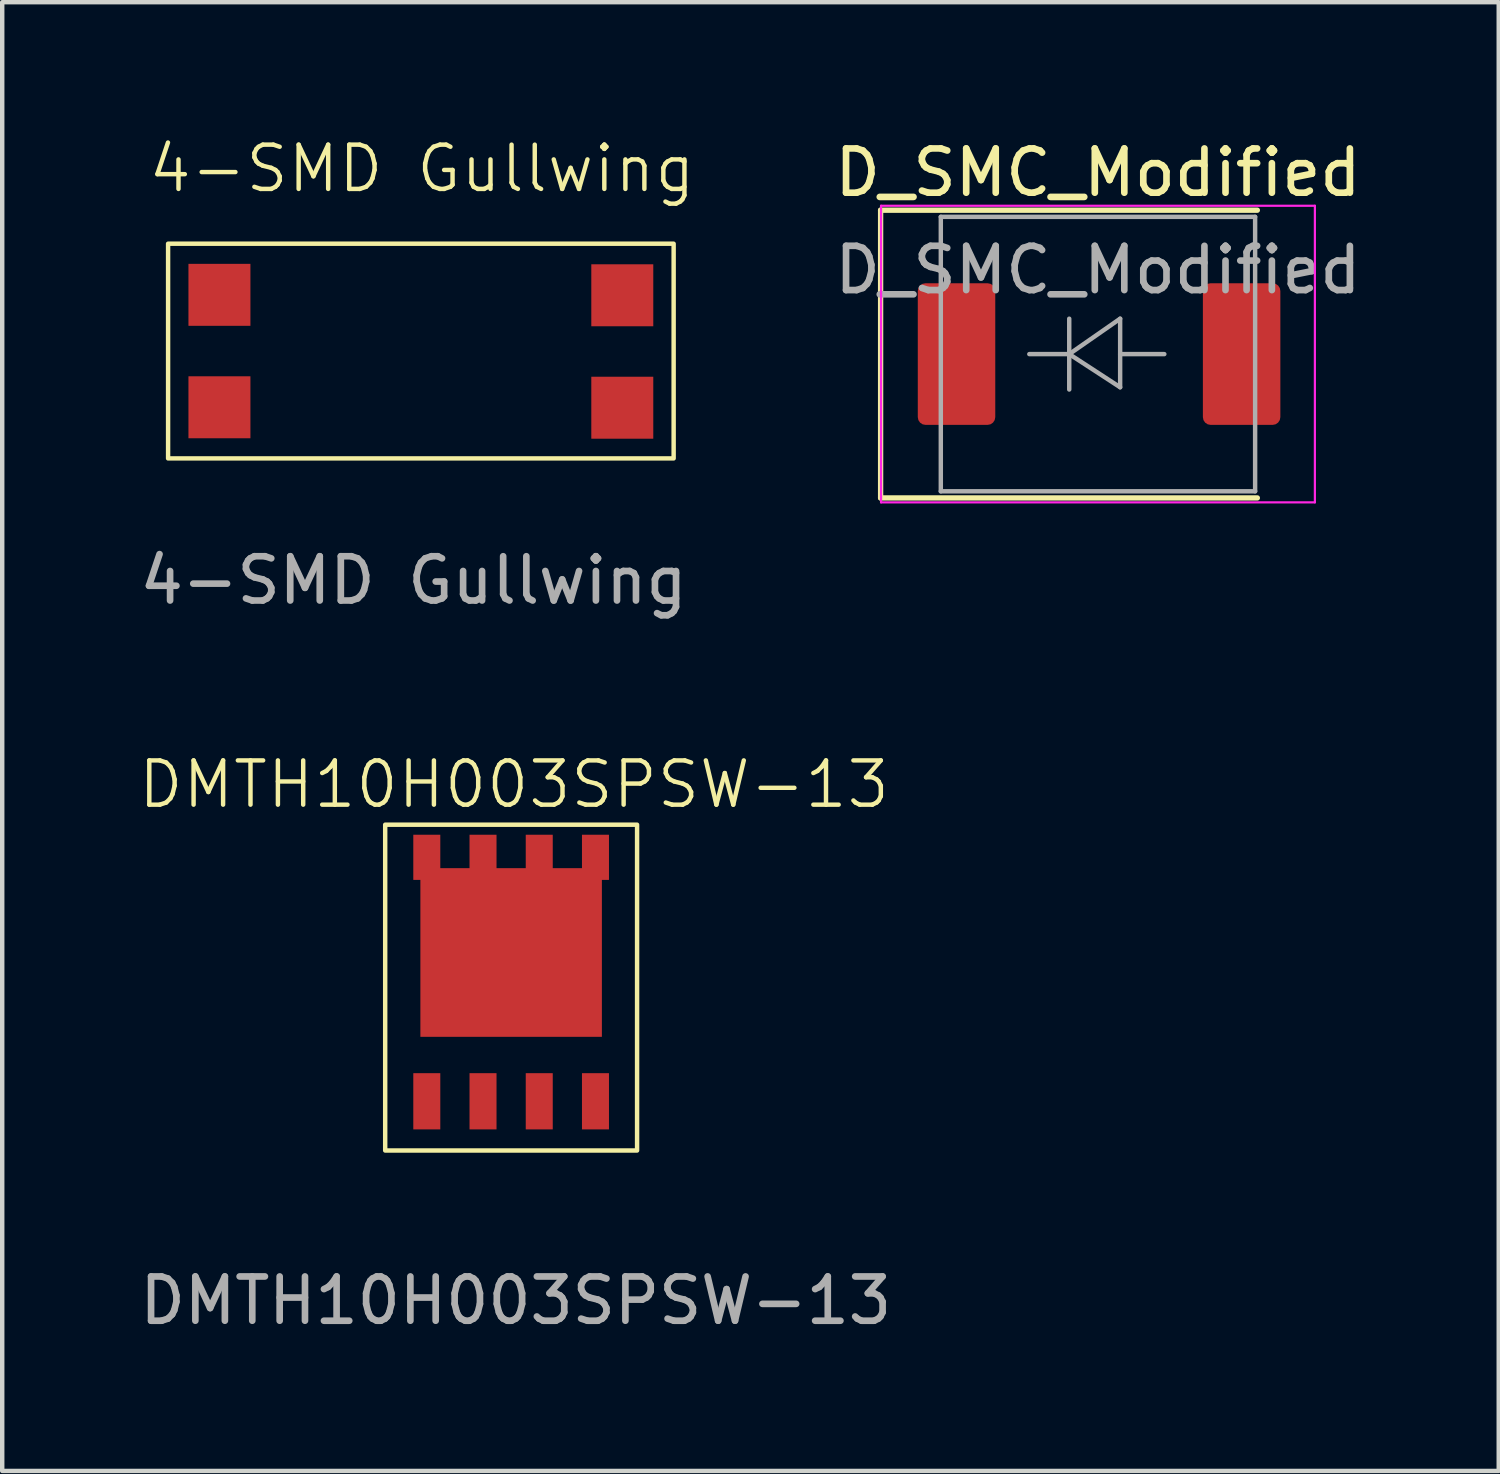
<source format=kicad_pcb>
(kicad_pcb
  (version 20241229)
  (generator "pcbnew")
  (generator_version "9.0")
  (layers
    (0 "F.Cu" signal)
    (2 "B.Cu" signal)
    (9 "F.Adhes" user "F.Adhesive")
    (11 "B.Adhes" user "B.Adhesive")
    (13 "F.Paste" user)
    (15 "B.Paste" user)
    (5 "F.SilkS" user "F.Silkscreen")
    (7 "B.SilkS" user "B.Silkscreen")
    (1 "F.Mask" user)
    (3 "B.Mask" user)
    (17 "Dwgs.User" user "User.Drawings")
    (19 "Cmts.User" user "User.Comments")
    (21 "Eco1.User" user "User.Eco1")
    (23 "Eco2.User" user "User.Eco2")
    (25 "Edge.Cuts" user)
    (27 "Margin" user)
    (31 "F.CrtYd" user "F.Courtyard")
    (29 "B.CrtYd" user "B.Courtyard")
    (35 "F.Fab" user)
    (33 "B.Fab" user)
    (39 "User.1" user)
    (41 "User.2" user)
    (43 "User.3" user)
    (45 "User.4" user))
  (footprint "DMTH10H003SPSW-13"
    (layer "F.Cu")
    (at 8.561 19.079)
    (property "Reference" "DMTH10H003SPSW-13" (at 0 -4.41 0) (unlocked yes) (layer "F.SilkS") (effects (font (size 1 1) (thickness 0.1))))
    (attr smd)
    (fp_rect (start -2.91 -3.5) (end 2.78 3.86) (stroke (width 0.1) (type default)) (fill no) (layer "F.SilkS"))
    (fp_text user "${REFERENCE}" (at 0.04 7.25 0) (unlocked yes) (layer "F.Fab") (effects (font (size 1 1) (thickness 0.15))))
    (pad "1" smd rect (at -1.97 2.748) (size 0.61 1.27) (layers "F.Cu" "F.Mask" "F.Paste"))
    (pad "1" smd rect (at -0.7 2.748) (size 0.61 1.27) (layers "F.Cu" "F.Mask" "F.Paste"))
    (pad "1" smd rect (at 0.57 2.748) (size 0.61 1.27) (layers "F.Cu" "F.Mask" "F.Paste"))
    (pad "2" smd rect (at 1.84 2.748) (size 0.61 1.27) (layers "F.Cu" "F.Mask" "F.Paste"))
    (pad "3" smd rect (at -1.97 -2.763) (size 0.61 1.02) (layers "F.Cu" "F.Mask" "F.Paste"))
    (pad "3" smd rect (at -0.7 -2.763) (size 0.61 1.02) (layers "F.Cu" "F.Mask" "F.Paste"))
    (pad "3" smd rect (at -0.065 -0.613) (size 4.1 3.81) (layers "F.Cu" "F.Mask" "F.Paste"))
    (pad "3" smd rect (at 0.57 -2.763) (size 0.61 1.02) (layers "F.Cu" "F.Mask" "F.Paste"))
    (pad "3" smd rect (at 1.84 -2.763) (size 0.61 1.02) (layers "F.Cu" "F.Mask" "F.Paste")))
  (footprint "4-SMD Gullwing"
    (layer "F.Cu")
    (at 6.492 4.71)
    (property "Reference" "4-SMD Gullwing" (at -0.01 -3.95 0) (unlocked yes) (layer "F.SilkS") (effects (font (size 1 1) (thickness 0.1))))
    (attr smd)
    (fp_rect (start -5.745 -2.255) (end 5.675 2.595) (stroke (width 0.1) (type default)) (fill no) (layer "F.SilkS"))
    (fp_text user "${REFERENCE}" (at -0.2 5.35 0) (unlocked yes) (layer "F.Fab") (effects (font (size 1 1) (thickness 0.15))))
    (pad "1" smd rect (at -4.585 -1.1) (size 1.4 1.4) (layers "F.Cu" "F.Mask" "F.Paste"))
    (pad "2" smd rect (at -4.585 1.44) (size 1.4 1.4) (layers "F.Cu" "F.Mask" "F.Paste"))
    (pad "3" smd rect (at 4.515 -1.09) (size 1.4 1.4) (layers "F.Cu" "F.Mask" "F.Paste"))
    (pad "4" smd rect (at 4.515 1.45) (size 1.4 1.4) (layers "F.Cu" "F.Mask" "F.Paste")))
  (footprint "D_SMC_Modified"
    (layer "F.Cu")
    (at 21.752 4.948)
    (property "Reference" "D_SMC_Modified" (at 0 -4.1 0) (layer "F.SilkS") (effects (font (size 1 1) (thickness 0.15))))
    (attr smd)
    (fp_line (start -4.91 -3.25) (end 3.6 -3.25) (stroke (width 0.12) (type solid)) (layer "F.SilkS"))
    (fp_line (start -4.91 3.25) (end -4.91 -3.25) (stroke (width 0.12) (type solid)) (layer "F.SilkS"))
    (fp_line (start -4.91 3.25) (end 3.6 3.25) (stroke (width 0.12) (type solid)) (layer "F.SilkS"))
    (fp_line (start -4.9 -3.35) (end 4.9 -3.35) (stroke (width 0.05) (type solid)) (layer "F.CrtYd"))
    (fp_line (start -4.9 3.35) (end -4.9 -3.35) (stroke (width 0.05) (type solid)) (layer "F.CrtYd"))
    (fp_line (start 4.9 -3.35) (end 4.9 3.35) (stroke (width 0.05) (type solid)) (layer "F.CrtYd"))
    (fp_line (start 4.9 3.35) (end -4.9 3.35) (stroke (width 0.05) (type solid)) (layer "F.CrtYd"))
    (fp_line (start -3.55 3.1) (end -3.55 -3.1) (stroke (width 0.1) (type solid)) (layer "F.Fab"))
    (fp_line (start -0.649 -0.799) (end -0.649 0.801) (stroke (width 0.1) (type solid)) (layer "F.Fab"))
    (fp_line (start -0.649 0.001) (end -1.551 0.001) (stroke (width 0.1) (type solid)) (layer "F.Fab"))
    (fp_line (start -0.649 0.001) (end 0.501 -0.799) (stroke (width 0.1) (type solid)) (layer "F.Fab"))
    (fp_line (start -0.649 0.001) (end 0.501 0.75) (stroke (width 0.1) (type solid)) (layer "F.Fab"))
    (fp_line (start 0.501 0.001) (end 1.499 0.001) (stroke (width 0.1) (type solid)) (layer "F.Fab"))
    (fp_line (start 0.501 0.75) (end 0.501 -0.799) (stroke (width 0.1) (type solid)) (layer "F.Fab"))
    (fp_line (start 3.55 -3.1) (end -3.55 -3.1) (stroke (width 0.1) (type solid)) (layer "F.Fab"))
    (fp_line (start 3.55 -3.1) (end 3.55 3.1) (stroke (width 0.1) (type solid)) (layer "F.Fab"))
    (fp_line (start 3.55 3.1) (end -3.55 3.1) (stroke (width 0.1) (type solid)) (layer "F.Fab"))
    (fp_text user "${REFERENCE}" (at 0 -1.9 0) (layer "F.Fab") (effects (font (size 1 1) (thickness 0.15))))
    (pad "1" smd roundrect (at -3.195 0 90) (size 3.2 1.75) (layers "F.Cu" "F.Mask" "F.Paste") (roundrect_rratio 0.1))
    (pad "2" smd roundrect (at 3.245 0 90) (size 3.2 1.75) (layers "F.Cu" "F.Mask" "F.Paste") (roundrect_rratio 0.1)))
  (gr_rect
    (start -3 -3)
    (end 30.805 30.177)
    (stroke (width 0.1) (type default))
    (fill no)
    (layer "Edge.Cuts")))
</source>
